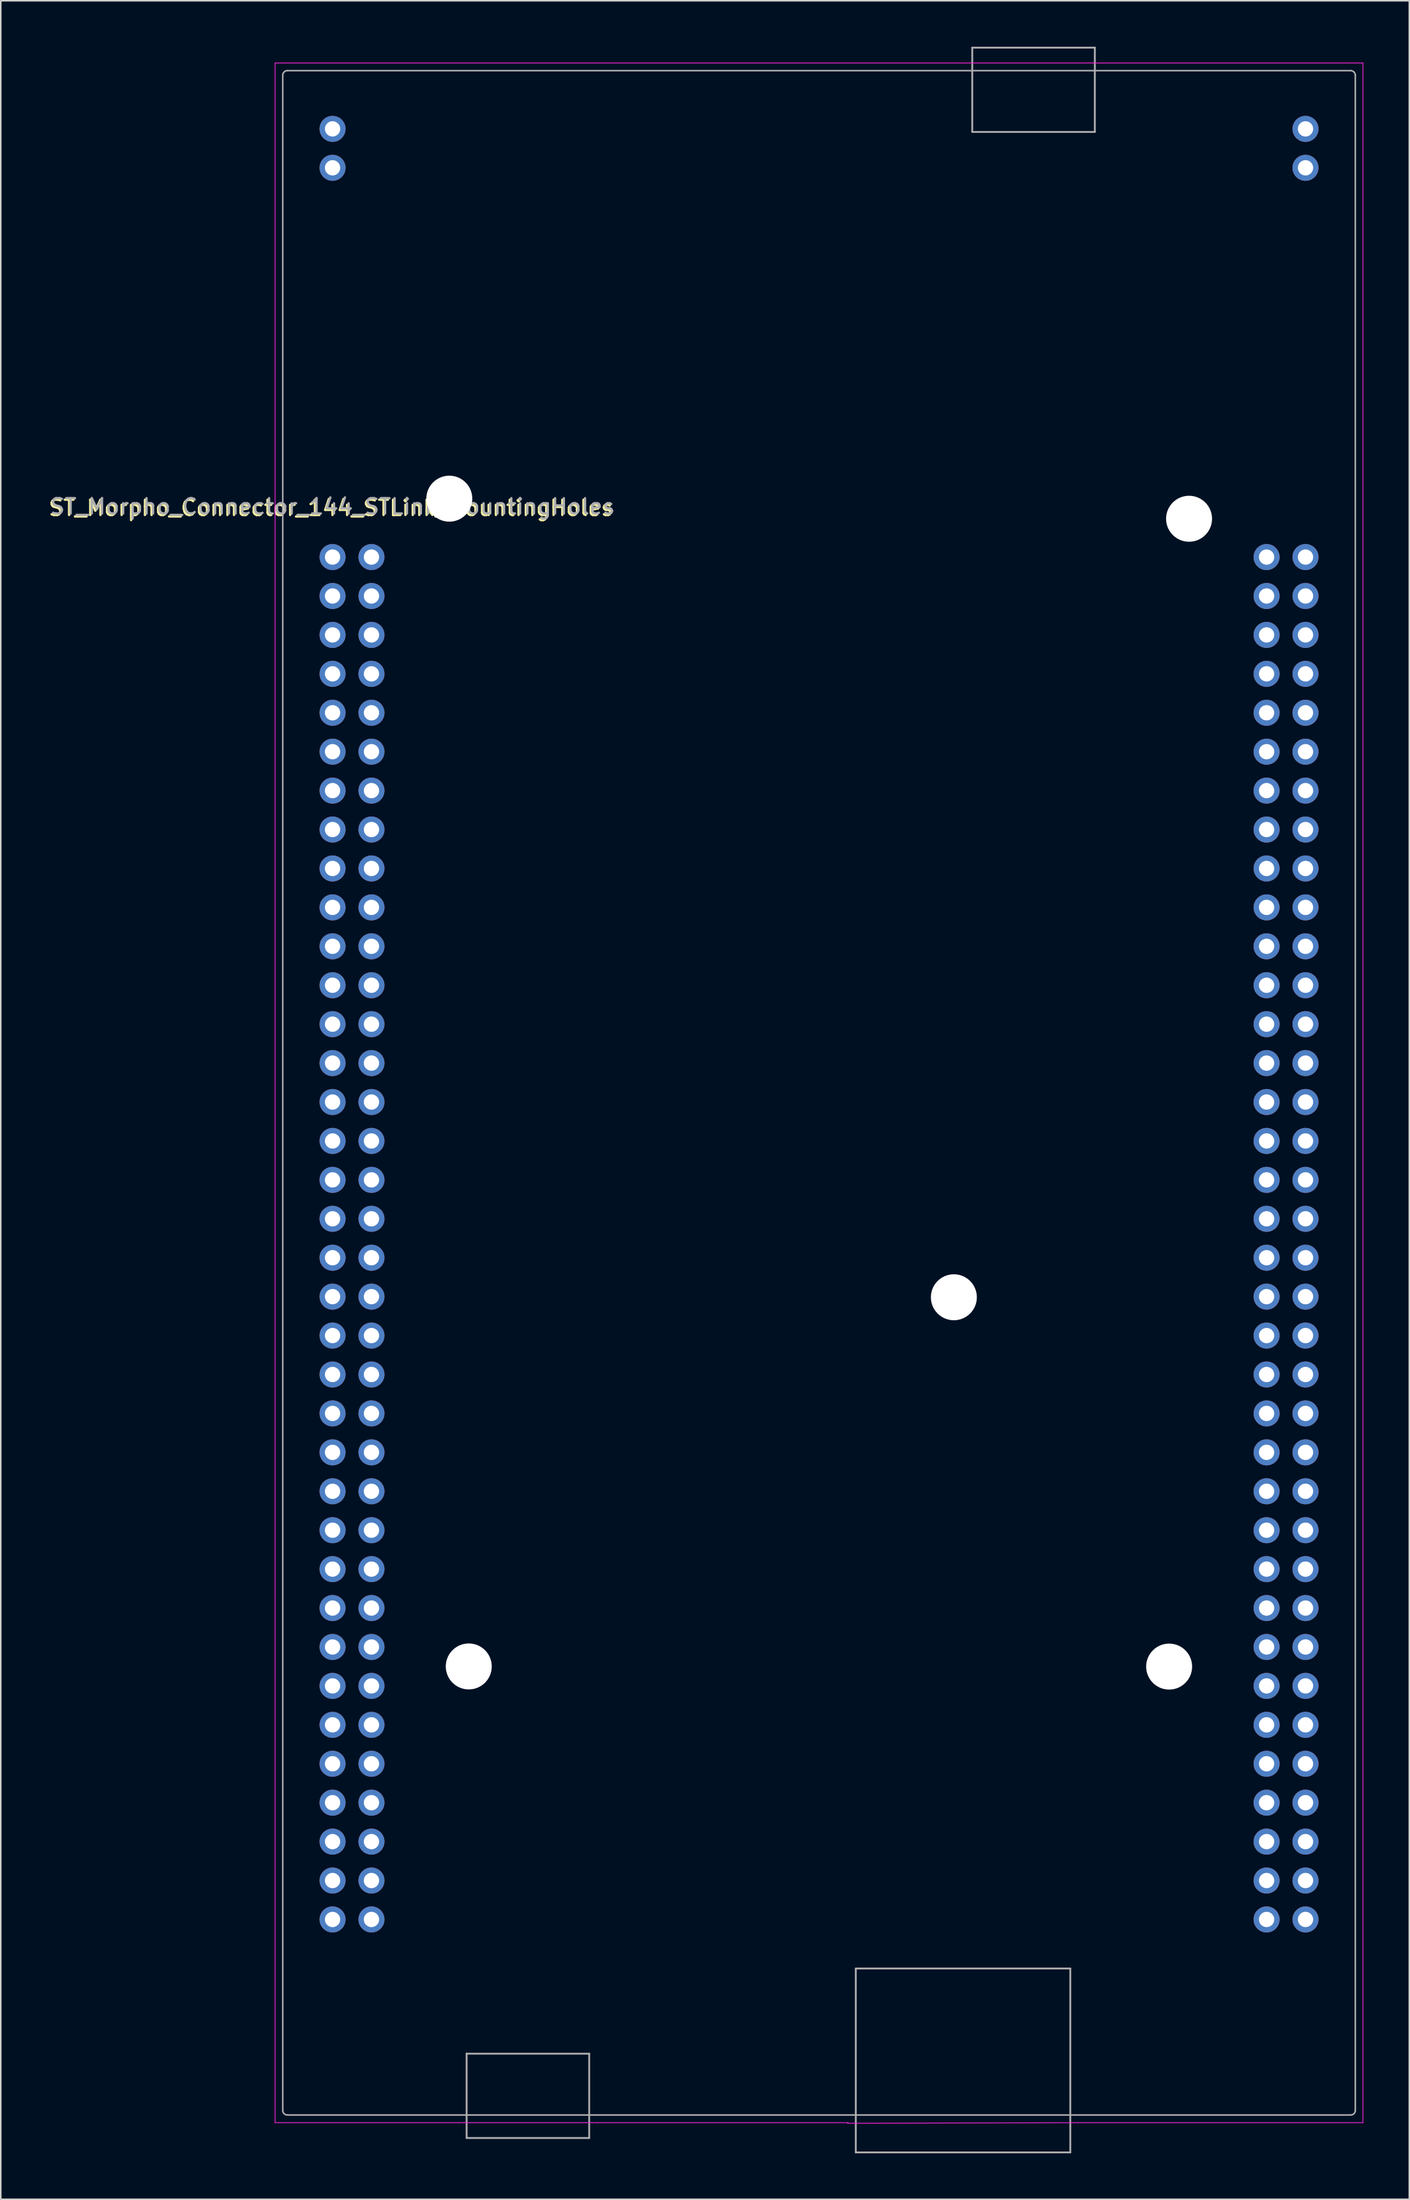
<source format=kicad_pcb>
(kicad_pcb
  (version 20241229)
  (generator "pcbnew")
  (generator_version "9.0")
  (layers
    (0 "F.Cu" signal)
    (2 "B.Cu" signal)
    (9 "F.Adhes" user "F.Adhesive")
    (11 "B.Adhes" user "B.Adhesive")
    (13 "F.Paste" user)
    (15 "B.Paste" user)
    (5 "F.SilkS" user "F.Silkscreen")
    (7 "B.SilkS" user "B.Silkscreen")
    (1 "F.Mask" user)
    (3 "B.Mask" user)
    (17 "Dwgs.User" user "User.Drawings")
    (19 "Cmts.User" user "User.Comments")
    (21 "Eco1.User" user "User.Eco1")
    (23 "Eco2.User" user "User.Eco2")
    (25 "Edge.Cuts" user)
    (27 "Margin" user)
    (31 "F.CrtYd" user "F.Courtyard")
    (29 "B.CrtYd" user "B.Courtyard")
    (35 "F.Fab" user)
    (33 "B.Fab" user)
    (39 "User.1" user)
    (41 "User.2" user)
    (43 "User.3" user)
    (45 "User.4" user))
  (footprint "ST_Morpho_Connector_144_STLink_MountingHoles"
    (layer "F.Cu")
    (at 18.654 33.3)
    (property "Reference" "ST_Morpho_Connector_144_STLink_MountingHoles" (at -0.1 -3.2 0) (layer "F.SilkS") (effects (font (size 1 1) (thickness 0.15))))
    (attr through_hole)
    (fp_line (start -3.75 -32.24) (end -3.75 102.16) (stroke (width 0.05) (type solid)) (layer "F.CrtYd"))
    (fp_line (start -3.75 102.16) (end 8.25 102.16) (stroke (width 0.05) (type solid)) (layer "F.CrtYd"))
    (fp_line (start 8.25 102.16) (end 17.25 102.16) (stroke (width 0.05) (type solid)) (layer "F.CrtYd"))
    (fp_line (start 17.25 102.16) (end 33.66 102.16) (stroke (width 0.05) (type solid)) (layer "F.CrtYd"))
    (fp_line (start 33.6 102.2) (end 48.65 102.16) (stroke (width 0.05) (type solid)) (layer "F.CrtYd"))
    (fp_line (start 41.25 -32.24) (end -3.75 -32.24) (stroke (width 0.05) (type solid)) (layer "F.CrtYd"))
    (fp_line (start 41.25 -32.24) (end 50.25 -32.24) (stroke (width 0.05) (type solid)) (layer "F.CrtYd"))
    (fp_line (start 50.25 -32.24) (end 67.25 -32.24) (stroke (width 0.05) (type solid)) (layer "F.CrtYd"))
    (fp_line (start 67.25 102.16) (end 48.65 102.16) (stroke (width 0.05) (type solid)) (layer "F.CrtYd"))
    (fp_line (start 67.25 102.16) (end 67.25 -32.24) (stroke (width 0.05) (type solid)) (layer "F.CrtYd"))
    (fp_line (start -3.25 101.36) (end -3.25 -31.44) (stroke (width 0.1) (type solid)) (layer "F.Fab"))
    (fp_line (start 8.75 97.66) (end 16.75 97.66) (stroke (width 0.12) (type solid)) (layer "F.Fab"))
    (fp_line (start 8.75 103.16) (end 8.75 97.65) (stroke (width 0.12) (type solid)) (layer "F.Fab"))
    (fp_line (start 8.75 103.16) (end 16.75 103.16) (stroke (width 0.12) (type solid)) (layer "F.Fab"))
    (fp_line (start 16.75 97.66) (end 16.75 103.16) (stroke (width 0.12) (type solid)) (layer "F.Fab"))
    (fp_line (start 34.15 92.1) (end 48.15 92.1) (stroke (width 0.12) (type solid)) (layer "F.Fab"))
    (fp_line (start 34.15 104.1) (end 34.15 92.1) (stroke (width 0.12) (type solid)) (layer "F.Fab"))
    (fp_line (start 34.15 104.1) (end 48.15 104.1) (stroke (width 0.12) (type solid)) (layer "F.Fab"))
    (fp_line (start 41.75 -33.24) (end 49.75 -33.24) (stroke (width 0.12) (type solid)) (layer "F.Fab"))
    (fp_line (start 41.75 -27.74) (end 41.75 -33.24) (stroke (width 0.12) (type solid)) (layer "F.Fab"))
    (fp_line (start 41.75 -27.74) (end 49.75 -27.74) (stroke (width 0.12) (type solid)) (layer "F.Fab"))
    (fp_line (start 48.15 104.1) (end 48.15 92.1) (stroke (width 0.12) (type solid)) (layer "F.Fab"))
    (fp_line (start 49.75 -33.24) (end 49.75 -27.74) (stroke (width 0.12) (type solid)) (layer "F.Fab"))
    (fp_line (start 66.45 -31.74) (end -2.95 -31.74) (stroke (width 0.1) (type solid)) (layer "F.Fab"))
    (fp_line (start 66.45 101.66) (end -2.95 101.66) (stroke (width 0.1) (type solid)) (layer "F.Fab"))
    (fp_line (start 66.75 101.36) (end 66.75 -31.44) (stroke (width 0.1) (type solid)) (layer "F.Fab"))
    (fp_arc (start -3.25 -31.44) (mid -3.162132 -31.652132) (end -2.95 -31.74) (stroke (width 0.1) (type solid)) (layer "F.Fab"))
    (fp_arc (start -2.95 101.66) (mid -3.162132 101.572132) (end -3.25 101.36) (stroke (width 0.1) (type solid)) (layer "F.Fab"))
    (fp_arc (start 66.45 -31.74) (mid 66.662132 -31.652132) (end 66.75 -31.44) (stroke (width 0.1) (type solid)) (layer "F.Fab"))
    (fp_arc (start 66.75 101.36) (mid 66.662132 101.572132) (end 66.45 101.66) (stroke (width 0.1) (type solid)) (layer "F.Fab"))
    (fp_text user "${REFERENCE}" (at 0 -3.3 0) (layer "F.Fab") (effects (font (size 1 1) (thickness 0.15))))
    (pad "" np_thru_hole circle (at 7.62 -3.81) (size 3 3) (drill 3) (layers "*.Cu" "*.Mask"))
    (pad "" np_thru_hole circle (at 8.89 72.39) (size 3 3) (drill 3) (layers "*.Cu" "*.Mask"))
    (pad "" np_thru_hole circle (at 40.55 48.3) (size 3 3) (drill 3) (layers "*.Cu" "*.Mask"))
    (pad "" np_thru_hole circle (at 54.6 72.4) (size 3 3) (drill 3) (layers "*.Cu" "*.Mask"))
    (pad "" np_thru_hole circle (at 55.9 -2.5) (size 3 3) (drill 3) (layers "*.Cu" "*.Mask"))
    (pad "1" thru_hole circle (at 0 0) (size 1.7 1.7) (drill 1) (layers "*.Cu" "*.Mask"))
    (pad "2" thru_hole circle (at 2.54 0) (size 1.7 1.7) (drill 1) (layers "*.Cu" "*.Mask"))
    (pad "3" thru_hole circle (at 0 2.54) (size 1.7 1.7) (drill 1) (layers "*.Cu" "*.Mask"))
    (pad "4" thru_hole circle (at 2.54 2.54) (size 1.7 1.7) (drill 1) (layers "*.Cu" "*.Mask"))
    (pad "5" thru_hole circle (at 0 5.08) (size 1.7 1.7) (drill 1) (layers "*.Cu" "*.Mask"))
    (pad "6" thru_hole circle (at 2.54 5.08) (size 1.7 1.7) (drill 1) (layers "*.Cu" "*.Mask"))
    (pad "7" thru_hole circle (at 0 7.62) (size 1.7 1.7) (drill 1) (layers "*.Cu" "*.Mask"))
    (pad "8" thru_hole circle (at 2.54 7.62) (size 1.7 1.7) (drill 1) (layers "*.Cu" "*.Mask"))
    (pad "9" thru_hole circle (at 0 10.16) (size 1.7 1.7) (drill 1) (layers "*.Cu" "*.Mask"))
    (pad "10" thru_hole circle (at 2.54 10.16) (size 1.7 1.7) (drill 1) (layers "*.Cu" "*.Mask"))
    (pad "11" thru_hole circle (at 0 12.7) (size 1.7 1.7) (drill 1) (layers "*.Cu" "*.Mask"))
    (pad "12" thru_hole circle (at 2.54 12.7) (size 1.7 1.7) (drill 1) (layers "*.Cu" "*.Mask"))
    (pad "13" thru_hole circle (at 0 15.24) (size 1.7 1.7) (drill 1) (layers "*.Cu" "*.Mask"))
    (pad "14" thru_hole circle (at 2.54 15.24) (size 1.7 1.7) (drill 1) (layers "*.Cu" "*.Mask"))
    (pad "15" thru_hole circle (at 0 17.78) (size 1.7 1.7) (drill 1) (layers "*.Cu" "*.Mask"))
    (pad "16" thru_hole circle (at 2.54 17.78) (size 1.7 1.7) (drill 1) (layers "*.Cu" "*.Mask"))
    (pad "17" thru_hole circle (at 0 20.32) (size 1.7 1.7) (drill 1) (layers "*.Cu" "*.Mask"))
    (pad "18" thru_hole circle (at 2.54 20.32) (size 1.7 1.7) (drill 1) (layers "*.Cu" "*.Mask"))
    (pad "19" thru_hole circle (at 0 22.86) (size 1.7 1.7) (drill 1) (layers "*.Cu" "*.Mask"))
    (pad "20" thru_hole circle (at 2.54 22.86) (size 1.7 1.7) (drill 1) (layers "*.Cu" "*.Mask"))
    (pad "21" thru_hole circle (at 0 25.4) (size 1.7 1.7) (drill 1) (layers "*.Cu" "*.Mask"))
    (pad "22" thru_hole circle (at 2.54 25.4) (size 1.7 1.7) (drill 1) (layers "*.Cu" "*.Mask"))
    (pad "23" thru_hole circle (at 0 27.94) (size 1.7 1.7) (drill 1) (layers "*.Cu" "*.Mask"))
    (pad "24" thru_hole circle (at 2.54 27.94) (size 1.7 1.7) (drill 1) (layers "*.Cu" "*.Mask"))
    (pad "25" thru_hole circle (at 0 30.48) (size 1.7 1.7) (drill 1) (layers "*.Cu" "*.Mask"))
    (pad "26" thru_hole circle (at 2.54 30.48) (size 1.7 1.7) (drill 1) (layers "*.Cu" "*.Mask"))
    (pad "27" thru_hole circle (at 0 33.02) (size 1.7 1.7) (drill 1) (layers "*.Cu" "*.Mask"))
    (pad "28" thru_hole circle (at 2.54 33.02) (size 1.7 1.7) (drill 1) (layers "*.Cu" "*.Mask"))
    (pad "29" thru_hole circle (at 0 35.56) (size 1.7 1.7) (drill 1) (layers "*.Cu" "*.Mask"))
    (pad "30" thru_hole circle (at 2.54 35.56) (size 1.7 1.7) (drill 1) (layers "*.Cu" "*.Mask"))
    (pad "31" thru_hole circle (at 0 38.1) (size 1.7 1.7) (drill 1) (layers "*.Cu" "*.Mask"))
    (pad "32" thru_hole circle (at 2.54 38.1) (size 1.7 1.7) (drill 1) (layers "*.Cu" "*.Mask"))
    (pad "33" thru_hole circle (at 0 40.64) (size 1.7 1.7) (drill 1) (layers "*.Cu" "*.Mask"))
    (pad "34" thru_hole circle (at 2.54 40.64) (size 1.7 1.7) (drill 1) (layers "*.Cu" "*.Mask"))
    (pad "35" thru_hole circle (at 0 43.18) (size 1.7 1.7) (drill 1) (layers "*.Cu" "*.Mask"))
    (pad "36" thru_hole circle (at 2.54 43.18) (size 1.7 1.7) (drill 1) (layers "*.Cu" "*.Mask"))
    (pad "37" thru_hole circle (at 0 45.72) (size 1.7 1.7) (drill 1) (layers "*.Cu" "*.Mask"))
    (pad "38" thru_hole circle (at 2.54 45.72) (size 1.7 1.7) (drill 1) (layers "*.Cu" "*.Mask"))
    (pad "39" thru_hole circle (at 0 48.26) (size 1.7 1.7) (drill 1) (layers "*.Cu" "*.Mask"))
    (pad "40" thru_hole circle (at 2.54 48.26) (size 1.7 1.7) (drill 1) (layers "*.Cu" "*.Mask"))
    (pad "41" thru_hole circle (at 0 50.8) (size 1.7 1.7) (drill 1) (layers "*.Cu" "*.Mask"))
    (pad "42" thru_hole circle (at 2.54 50.8) (size 1.7 1.7) (drill 1) (layers "*.Cu" "*.Mask"))
    (pad "43" thru_hole circle (at 0 53.34) (size 1.7 1.7) (drill 1) (layers "*.Cu" "*.Mask"))
    (pad "44" thru_hole circle (at 2.54 53.34) (size 1.7 1.7) (drill 1) (layers "*.Cu" "*.Mask"))
    (pad "45" thru_hole circle (at 0 55.88) (size 1.7 1.7) (drill 1) (layers "*.Cu" "*.Mask"))
    (pad "46" thru_hole circle (at 2.54 55.88) (size 1.7 1.7) (drill 1) (layers "*.Cu" "*.Mask"))
    (pad "47" thru_hole circle (at 0 58.42) (size 1.7 1.7) (drill 1) (layers "*.Cu" "*.Mask"))
    (pad "48" thru_hole circle (at 2.54 58.42) (size 1.7 1.7) (drill 1) (layers "*.Cu" "*.Mask"))
    (pad "49" thru_hole circle (at 0 60.96) (size 1.7 1.7) (drill 1) (layers "*.Cu" "*.Mask"))
    (pad "50" thru_hole circle (at 2.54 60.96) (size 1.7 1.7) (drill 1) (layers "*.Cu" "*.Mask"))
    (pad "51" thru_hole circle (at 0 63.5) (size 1.7 1.7) (drill 1) (layers "*.Cu" "*.Mask"))
    (pad "52" thru_hole circle (at 2.54 63.5) (size 1.7 1.7) (drill 1) (layers "*.Cu" "*.Mask"))
    (pad "53" thru_hole circle (at 0 66.04) (size 1.7 1.7) (drill 1) (layers "*.Cu" "*.Mask"))
    (pad "54" thru_hole circle (at 2.54 66.04) (size 1.7 1.7) (drill 1) (layers "*.Cu" "*.Mask"))
    (pad "55" thru_hole circle (at 0 68.58) (size 1.7 1.7) (drill 1) (layers "*.Cu" "*.Mask"))
    (pad "56" thru_hole circle (at 2.54 68.58) (size 1.7 1.7) (drill 1) (layers "*.Cu" "*.Mask"))
    (pad "57" thru_hole circle (at 0 71.12) (size 1.7 1.7) (drill 1) (layers "*.Cu" "*.Mask"))
    (pad "58" thru_hole circle (at 2.54 71.12) (size 1.7 1.7) (drill 1) (layers "*.Cu" "*.Mask"))
    (pad "59" thru_hole circle (at 0 73.66) (size 1.7 1.7) (drill 1) (layers "*.Cu" "*.Mask"))
    (pad "60" thru_hole circle (at 2.54 73.66) (size 1.7 1.7) (drill 1) (layers "*.Cu" "*.Mask"))
    (pad "61" thru_hole circle (at 0 76.2) (size 1.7 1.7) (drill 1) (layers "*.Cu" "*.Mask"))
    (pad "62" thru_hole circle (at 2.54 76.2) (size 1.7 1.7) (drill 1) (layers "*.Cu" "*.Mask"))
    (pad "63" thru_hole circle (at 0 78.74) (size 1.7 1.7) (drill 1) (layers "*.Cu" "*.Mask"))
    (pad "64" thru_hole circle (at 2.54 78.74) (size 1.7 1.7) (drill 1) (layers "*.Cu" "*.Mask"))
    (pad "65" thru_hole circle (at 0 81.28) (size 1.7 1.7) (drill 1) (layers "*.Cu" "*.Mask"))
    (pad "66" thru_hole circle (at 2.54 81.28) (size 1.7 1.7) (drill 1) (layers "*.Cu" "*.Mask"))
    (pad "67" thru_hole circle (at 0 83.82) (size 1.7 1.7) (drill 1) (layers "*.Cu" "*.Mask"))
    (pad "68" thru_hole circle (at 2.54 83.82) (size 1.7 1.7) (drill 1) (layers "*.Cu" "*.Mask"))
    (pad "69" thru_hole circle (at 0 86.36) (size 1.7 1.7) (drill 1) (layers "*.Cu" "*.Mask"))
    (pad "70" thru_hole circle (at 2.54 86.36) (size 1.7 1.7) (drill 1) (layers "*.Cu" "*.Mask"))
    (pad "71" thru_hole circle (at 0 88.9) (size 1.7 1.7) (drill 1) (layers "*.Cu" "*.Mask"))
    (pad "72" thru_hole circle (at 2.54 88.9) (size 1.7 1.7) (drill 1) (layers "*.Cu" "*.Mask"))
    (pad "73" thru_hole circle (at 60.96 0) (size 1.7 1.7) (drill 1) (layers "*.Cu" "*.Mask"))
    (pad "74" thru_hole circle (at 63.5 0) (size 1.7 1.7) (drill 1) (layers "*.Cu" "*.Mask"))
    (pad "75" thru_hole circle (at 60.96 2.54) (size 1.7 1.7) (drill 1) (layers "*.Cu" "*.Mask"))
    (pad "76" thru_hole circle (at 63.5 2.54) (size 1.7 1.7) (drill 1) (layers "*.Cu" "*.Mask"))
    (pad "77" thru_hole circle (at 60.96 5.08) (size 1.7 1.7) (drill 1) (layers "*.Cu" "*.Mask"))
    (pad "78" thru_hole circle (at 63.5 5.08) (size 1.7 1.7) (drill 1) (layers "*.Cu" "*.Mask"))
    (pad "79" thru_hole circle (at 60.96 7.62) (size 1.7 1.7) (drill 1) (layers "*.Cu" "*.Mask"))
    (pad "80" thru_hole circle (at 63.5 7.62) (size 1.7 1.7) (drill 1) (layers "*.Cu" "*.Mask"))
    (pad "81" thru_hole circle (at 60.96 10.16) (size 1.7 1.7) (drill 1) (layers "*.Cu" "*.Mask"))
    (pad "82" thru_hole circle (at 63.5 10.16) (size 1.7 1.7) (drill 1) (layers "*.Cu" "*.Mask"))
    (pad "83" thru_hole circle (at 60.96 12.7) (size 1.7 1.7) (drill 1) (layers "*.Cu" "*.Mask"))
    (pad "84" thru_hole circle (at 63.5 12.7) (size 1.7 1.7) (drill 1) (layers "*.Cu" "*.Mask"))
    (pad "85" thru_hole circle (at 60.96 15.24) (size 1.7 1.7) (drill 1) (layers "*.Cu" "*.Mask"))
    (pad "86" thru_hole circle (at 63.5 15.24) (size 1.7 1.7) (drill 1) (layers "*.Cu" "*.Mask"))
    (pad "87" thru_hole circle (at 60.96 17.78) (size 1.7 1.7) (drill 1) (layers "*.Cu" "*.Mask"))
    (pad "88" thru_hole circle (at 63.5 17.78) (size 1.7 1.7) (drill 1) (layers "*.Cu" "*.Mask"))
    (pad "89" thru_hole circle (at 60.96 20.32) (size 1.7 1.7) (drill 1) (layers "*.Cu" "*.Mask"))
    (pad "90" thru_hole circle (at 63.5 20.32) (size 1.7 1.7) (drill 1) (layers "*.Cu" "*.Mask"))
    (pad "91" thru_hole circle (at 60.96 22.86) (size 1.7 1.7) (drill 1) (layers "*.Cu" "*.Mask"))
    (pad "92" thru_hole circle (at 63.5 22.86) (size 1.7 1.7) (drill 1) (layers "*.Cu" "*.Mask"))
    (pad "93" thru_hole circle (at 60.96 25.4) (size 1.7 1.7) (drill 1) (layers "*.Cu" "*.Mask"))
    (pad "94" thru_hole circle (at 63.5 25.4) (size 1.7 1.7) (drill 1) (layers "*.Cu" "*.Mask"))
    (pad "95" thru_hole circle (at 60.96 27.94) (size 1.7 1.7) (drill 1) (layers "*.Cu" "*.Mask"))
    (pad "96" thru_hole circle (at 63.5 27.94) (size 1.7 1.7) (drill 1) (layers "*.Cu" "*.Mask"))
    (pad "97" thru_hole circle (at 60.96 30.48) (size 1.7 1.7) (drill 1) (layers "*.Cu" "*.Mask"))
    (pad "98" thru_hole circle (at 63.5 30.48) (size 1.7 1.7) (drill 1) (layers "*.Cu" "*.Mask"))
    (pad "99" thru_hole circle (at 60.96 33.02) (size 1.7 1.7) (drill 1) (layers "*.Cu" "*.Mask"))
    (pad "100" thru_hole circle (at 63.5 33.02) (size 1.7 1.7) (drill 1) (layers "*.Cu" "*.Mask"))
    (pad "101" thru_hole circle (at 60.96 35.56) (size 1.7 1.7) (drill 1) (layers "*.Cu" "*.Mask"))
    (pad "102" thru_hole circle (at 63.5 35.56) (size 1.7 1.7) (drill 1) (layers "*.Cu" "*.Mask"))
    (pad "103" thru_hole circle (at 60.96 38.1) (size 1.7 1.7) (drill 1) (layers "*.Cu" "*.Mask"))
    (pad "104" thru_hole circle (at 63.5 38.1) (size 1.7 1.7) (drill 1) (layers "*.Cu" "*.Mask"))
    (pad "105" thru_hole circle (at 60.96 40.64) (size 1.7 1.7) (drill 1) (layers "*.Cu" "*.Mask"))
    (pad "106" thru_hole circle (at 63.5 40.64) (size 1.7 1.7) (drill 1) (layers "*.Cu" "*.Mask"))
    (pad "107" thru_hole circle (at 60.96 43.18) (size 1.7 1.7) (drill 1) (layers "*.Cu" "*.Mask"))
    (pad "108" thru_hole circle (at 63.5 43.18) (size 1.7 1.7) (drill 1) (layers "*.Cu" "*.Mask"))
    (pad "109" thru_hole circle (at 60.96 45.72) (size 1.7 1.7) (drill 1) (layers "*.Cu" "*.Mask"))
    (pad "110" thru_hole circle (at 63.5 45.72) (size 1.7 1.7) (drill 1) (layers "*.Cu" "*.Mask"))
    (pad "111" thru_hole circle (at 60.96 48.26) (size 1.7 1.7) (drill 1) (layers "*.Cu" "*.Mask"))
    (pad "112" thru_hole circle (at 63.5 48.26) (size 1.7 1.7) (drill 1) (layers "*.Cu" "*.Mask"))
    (pad "113" thru_hole circle (at 60.96 50.8) (size 1.7 1.7) (drill 1) (layers "*.Cu" "*.Mask"))
    (pad "114" thru_hole circle (at 63.5 50.8) (size 1.7 1.7) (drill 1) (layers "*.Cu" "*.Mask"))
    (pad "115" thru_hole circle (at 60.96 53.34) (size 1.7 1.7) (drill 1) (layers "*.Cu" "*.Mask"))
    (pad "116" thru_hole circle (at 63.5 53.34) (size 1.7 1.7) (drill 1) (layers "*.Cu" "*.Mask"))
    (pad "117" thru_hole circle (at 60.96 55.88) (size 1.7 1.7) (drill 1) (layers "*.Cu" "*.Mask"))
    (pad "118" thru_hole circle (at 63.5 55.88) (size 1.7 1.7) (drill 1) (layers "*.Cu" "*.Mask"))
    (pad "119" thru_hole circle (at 60.96 58.42) (size 1.7 1.7) (drill 1) (layers "*.Cu" "*.Mask"))
    (pad "120" thru_hole circle (at 63.5 58.42) (size 1.7 1.7) (drill 1) (layers "*.Cu" "*.Mask"))
    (pad "121" thru_hole circle (at 60.96 60.96) (size 1.7 1.7) (drill 1) (layers "*.Cu" "*.Mask"))
    (pad "122" thru_hole circle (at 63.5 60.96) (size 1.7 1.7) (drill 1) (layers "*.Cu" "*.Mask"))
    (pad "123" thru_hole circle (at 60.96 63.5) (size 1.7 1.7) (drill 1) (layers "*.Cu" "*.Mask"))
    (pad "124" thru_hole circle (at 63.5 63.5) (size 1.7 1.7) (drill 1) (layers "*.Cu" "*.Mask"))
    (pad "125" thru_hole circle (at 60.96 66.04) (size 1.7 1.7) (drill 1) (layers "*.Cu" "*.Mask"))
    (pad "126" thru_hole circle (at 63.5 66.04) (size 1.7 1.7) (drill 1) (layers "*.Cu" "*.Mask"))
    (pad "127" thru_hole circle (at 60.96 68.58) (size 1.7 1.7) (drill 1) (layers "*.Cu" "*.Mask"))
    (pad "128" thru_hole circle (at 63.5 68.58) (size 1.7 1.7) (drill 1) (layers "*.Cu" "*.Mask"))
    (pad "129" thru_hole circle (at 60.96 71.12) (size 1.7 1.7) (drill 1) (layers "*.Cu" "*.Mask"))
    (pad "130" thru_hole circle (at 63.5 71.12) (size 1.7 1.7) (drill 1) (layers "*.Cu" "*.Mask"))
    (pad "131" thru_hole circle (at 60.96 73.66) (size 1.7 1.7) (drill 1) (layers "*.Cu" "*.Mask"))
    (pad "132" thru_hole circle (at 63.5 73.66) (size 1.7 1.7) (drill 1) (layers "*.Cu" "*.Mask"))
    (pad "133" thru_hole circle (at 60.96 76.2) (size 1.7 1.7) (drill 1) (layers "*.Cu" "*.Mask"))
    (pad "134" thru_hole circle (at 63.5 76.2) (size 1.7 1.7) (drill 1) (layers "*.Cu" "*.Mask"))
    (pad "135" thru_hole circle (at 60.96 78.74) (size 1.7 1.7) (drill 1) (layers "*.Cu" "*.Mask"))
    (pad "136" thru_hole circle (at 63.5 78.74) (size 1.7 1.7) (drill 1) (layers "*.Cu" "*.Mask"))
    (pad "137" thru_hole circle (at 60.96 81.28) (size 1.7 1.7) (drill 1) (layers "*.Cu" "*.Mask"))
    (pad "138" thru_hole circle (at 63.5 81.28) (size 1.7 1.7) (drill 1) (layers "*.Cu" "*.Mask"))
    (pad "139" thru_hole circle (at 60.96 83.82) (size 1.7 1.7) (drill 1) (layers "*.Cu" "*.Mask"))
    (pad "140" thru_hole circle (at 63.5 83.82) (size 1.7 1.7) (drill 1) (layers "*.Cu" "*.Mask"))
    (pad "141" thru_hole circle (at 60.96 86.36) (size 1.7 1.7) (drill 1) (layers "*.Cu" "*.Mask"))
    (pad "142" thru_hole circle (at 63.5 86.36) (size 1.7 1.7) (drill 1) (layers "*.Cu" "*.Mask"))
    (pad "143" thru_hole circle (at 60.96 88.9) (size 1.7 1.7) (drill 1) (layers "*.Cu" "*.Mask"))
    (pad "144" thru_hole circle (at 63.5 88.9) (size 1.7 1.7) (drill 1) (layers "*.Cu" "*.Mask"))
    (pad "145" thru_hole circle (at 0 -27.94) (size 1.7 1.7) (drill 1) (layers "*.Cu" "*.Mask"))
    (pad "146" thru_hole circle (at 0 -25.4) (size 1.7 1.7) (drill 1) (layers "*.Cu" "*.Mask"))
    (pad "147" thru_hole circle (at 63.5 -27.94) (size 1.7 1.7) (drill 1) (layers "*.Cu" "*.Mask"))
    (pad "148" thru_hole circle (at 63.5 -25.4) (size 1.7 1.7) (drill 1) (layers "*.Cu" "*.Mask")))
  (gr_rect
    (start -3 -3)
    (end 88.929 140.46)
    (stroke (width 0.1) (type default))
    (fill no)
    (layer "Edge.Cuts")))
</source>
